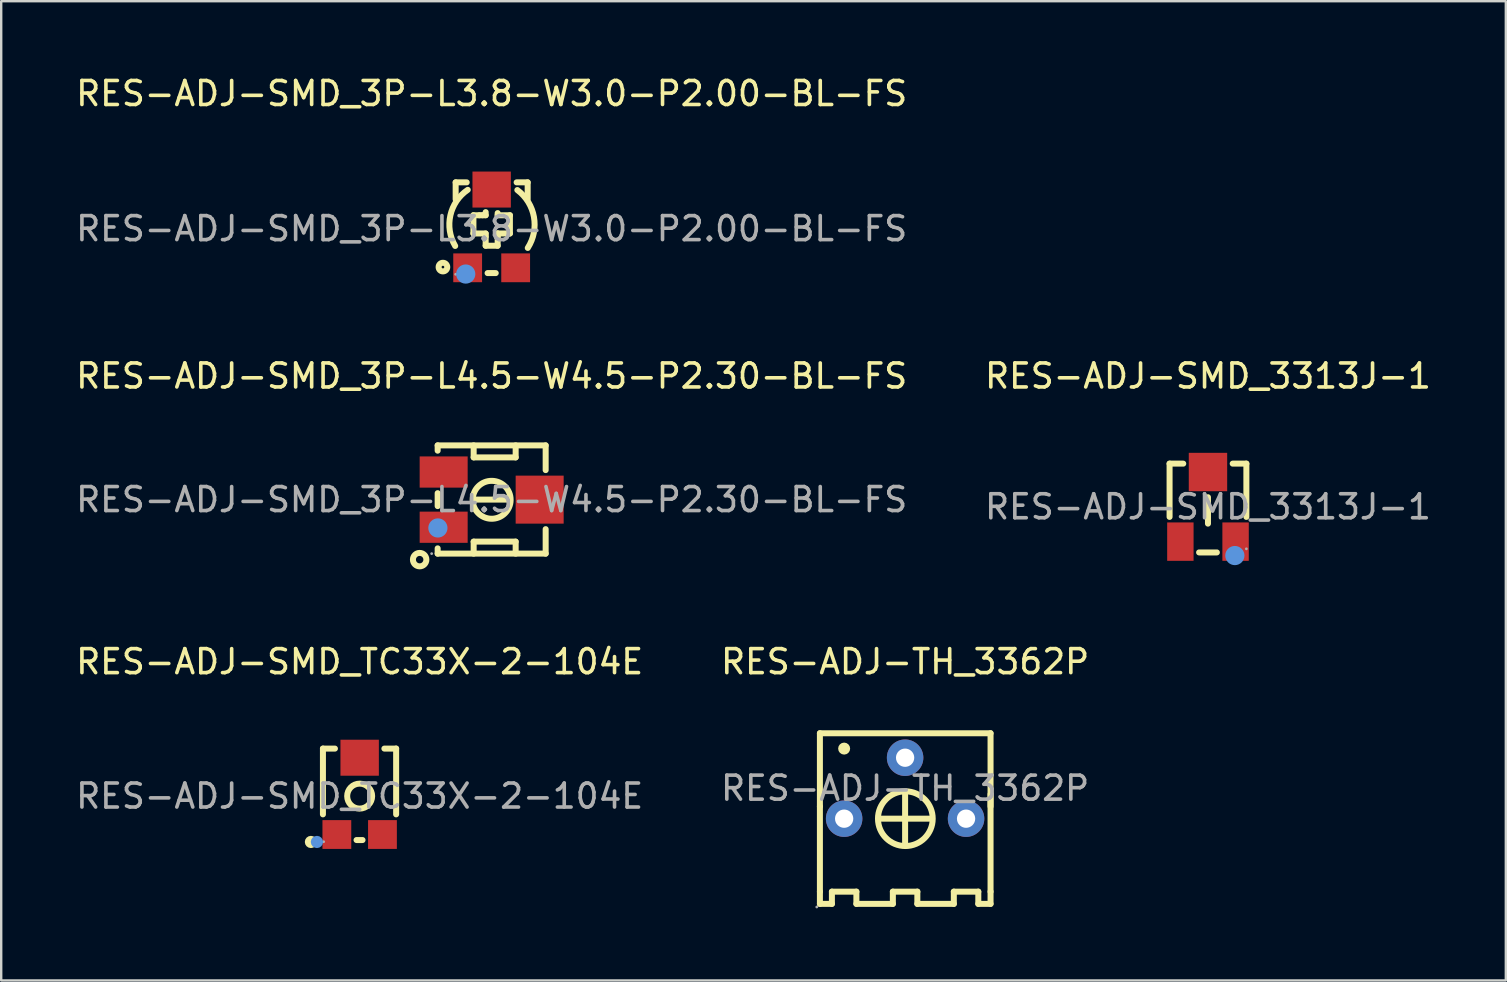
<source format=kicad_pcb>
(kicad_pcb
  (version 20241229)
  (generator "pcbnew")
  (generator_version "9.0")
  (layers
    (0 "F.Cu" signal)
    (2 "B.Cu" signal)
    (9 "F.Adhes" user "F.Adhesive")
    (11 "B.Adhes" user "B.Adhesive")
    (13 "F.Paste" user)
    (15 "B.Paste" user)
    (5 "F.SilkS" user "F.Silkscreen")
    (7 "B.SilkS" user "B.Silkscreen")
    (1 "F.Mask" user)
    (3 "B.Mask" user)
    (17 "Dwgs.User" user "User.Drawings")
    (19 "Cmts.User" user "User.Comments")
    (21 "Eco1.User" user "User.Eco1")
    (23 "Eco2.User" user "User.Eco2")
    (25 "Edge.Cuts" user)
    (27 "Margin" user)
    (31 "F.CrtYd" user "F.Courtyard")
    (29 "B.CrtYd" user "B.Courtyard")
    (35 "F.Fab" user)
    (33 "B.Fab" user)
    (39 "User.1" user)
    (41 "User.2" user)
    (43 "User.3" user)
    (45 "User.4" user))
  (footprint "RES-ADJ-SMD_3P-L4.5-W4.5-P2.30-BL-FS"
    (layer "F.Cu")
    (at 17.435 17.767)
    (property "Reference" "RES-ADJ-SMD_3P-L4.5-W4.5-P2.30-BL-FS" (at 0 -5.15 0) (layer "F.SilkS") (effects (font (size 1 1) (thickness 0.15))))
    (attr smd)
    (fp_line (start -2.25 -2.26) (end -2.25 -2.04) (stroke (width 0.25) (type solid)) (layer "F.SilkS"))
    (fp_line (start -2.25 -2.26) (end 2.25 -2.26) (stroke (width 0.25) (type solid)) (layer "F.SilkS"))
    (fp_line (start -2.25 -0.27) (end -2.25 0.27) (stroke (width 0.25) (type solid)) (layer "F.SilkS"))
    (fp_line (start -2.25 2.03) (end -2.25 2.25) (stroke (width 0.25) (type solid)) (layer "F.SilkS"))
    (fp_line (start -2.25 2.25) (end 2.25 2.25) (stroke (width 0.25) (type solid)) (layer "F.SilkS"))
    (fp_line (start -0.75 -1.76) (end -0.75 -2.26) (stroke (width 0.25) (type solid)) (layer "F.SilkS"))
    (fp_line (start -0.75 0) (end 0.75 0) (stroke (width 0.25) (type solid)) (layer "F.SilkS"))
    (fp_line (start -0.75 1.75) (end 1 1.75) (stroke (width 0.25) (type solid)) (layer "F.SilkS"))
    (fp_line (start -0.75 2.25) (end -0.75 1.75) (stroke (width 0.25) (type solid)) (layer "F.SilkS"))
    (fp_line (start 1 -2.26) (end 1 -1.76) (stroke (width 0.25) (type solid)) (layer "F.SilkS"))
    (fp_line (start 1 -1.76) (end -0.75 -1.76) (stroke (width 0.25) (type solid)) (layer "F.SilkS"))
    (fp_line (start 1 1.75) (end 1 2.25) (stroke (width 0.25) (type solid)) (layer "F.SilkS"))
    (fp_line (start 2.25 -1.23) (end 2.25 -2.26) (stroke (width 0.25) (type solid)) (layer "F.SilkS"))
    (fp_line (start 2.25 2.25) (end 2.25 1.23) (stroke (width 0.25) (type solid)) (layer "F.SilkS"))
    (fp_arc (start 0.79 0.02) (mid -0.790048 0.005033) (end 0.790063 0.009934) (stroke (width 0.25) (type solid)) (layer "F.SilkS"))
    (fp_circle (center -3 2.5) (end -2.72 2.5) (stroke (width 0.25) (type solid)) (fill no) (layer "F.SilkS"))
    (fp_circle (center -2.24 1.18) (end -2.04 1.18) (stroke (width 0.4) (type solid)) (fill no) (layer "Cmts.User"))
    (fp_circle (center -2.5 2.25) (end -2.47 2.25) (stroke (width 0.06) (type solid)) (fill no) (layer "F.Fab"))
    (fp_text user "${REFERENCE}" (at 0 0 0) (layer "F.Fab") (effects (font (size 1 1) (thickness 0.15))))
    (pad "1" smd rect (at -2 1.15) (size 2 1.3) (layers "F.Cu" "F.Mask" "F.Paste"))
    (pad "2" smd rect (at 2 0 270) (size 2 2) (layers "F.Cu" "F.Mask" "F.Paste"))
    (pad "3" smd rect (at -2 -1.15) (size 2 1.3) (layers "F.Cu" "F.Mask" "F.Paste")))
  (footprint "RES-ADJ-TH_3362P"
    (layer "F.Cu")
    (at 34.661 29.79)
    (property "Reference" "RES-ADJ-TH_3362P" (at 0 -5.27 0) (layer "F.SilkS") (effects (font (size 1 1) (thickness 0.15))))
    (attr through_hole)
    (fp_line (start -3.55 -2.29) (end 3.56 -2.29) (stroke (width 0.25) (type solid)) (layer "F.SilkS"))
    (fp_line (start -3.55 0.76) (end -3.55 -2.29) (stroke (width 0.25) (type solid)) (layer "F.SilkS"))
    (fp_line (start -3.55 4.31) (end -3.55 0.76) (stroke (width 0.25) (type solid)) (layer "F.SilkS"))
    (fp_line (start -3.55 4.82) (end -3.55 4.31) (stroke (width 0.25) (type solid)) (layer "F.SilkS"))
    (fp_line (start -3.05 4.31) (end -3.05 4.82) (stroke (width 0.25) (type solid)) (layer "F.SilkS"))
    (fp_line (start -3.05 4.82) (end -3.55 4.82) (stroke (width 0.25) (type solid)) (layer "F.SilkS"))
    (fp_line (start -2.03 4.31) (end -3.05 4.31) (stroke (width 0.25) (type solid)) (layer "F.SilkS"))
    (fp_line (start -2.03 4.82) (end -2.03 4.31) (stroke (width 0.25) (type solid)) (layer "F.SilkS"))
    (fp_line (start -0.51 4.31) (end -0.51 4.82) (stroke (width 0.25) (type solid)) (layer "F.SilkS"))
    (fp_line (start -0.51 4.82) (end -2.03 4.82) (stroke (width 0.25) (type solid)) (layer "F.SilkS"))
    (fp_line (start 0 2.28) (end 0 0.25) (stroke (width 0.25) (type solid)) (layer "F.SilkS"))
    (fp_line (start 0.51 4.31) (end -0.51 4.31) (stroke (width 0.25) (type solid)) (layer "F.SilkS"))
    (fp_line (start 0.51 4.82) (end 0.51 4.31) (stroke (width 0.25) (type solid)) (layer "F.SilkS"))
    (fp_line (start 1.02 1.27) (end -1.02 1.27) (stroke (width 0.25) (type solid)) (layer "F.SilkS"))
    (fp_line (start 2.03 4.31) (end 2.03 4.82) (stroke (width 0.25) (type solid)) (layer "F.SilkS"))
    (fp_line (start 2.03 4.82) (end 0.51 4.82) (stroke (width 0.25) (type solid)) (layer "F.SilkS"))
    (fp_line (start 3.05 4.31) (end 2.03 4.31) (stroke (width 0.25) (type solid)) (layer "F.SilkS"))
    (fp_line (start 3.05 4.82) (end 3.05 4.31) (stroke (width 0.25) (type solid)) (layer "F.SilkS"))
    (fp_line (start 3.56 -2.29) (end 3.56 0.76) (stroke (width 0.25) (type solid)) (layer "F.SilkS"))
    (fp_line (start 3.56 0.25) (end 3.56 4.31) (stroke (width 0.25) (type solid)) (layer "F.SilkS"))
    (fp_line (start 3.56 4.31) (end 3.56 4.82) (stroke (width 0.25) (type solid)) (layer "F.SilkS"))
    (fp_line (start 3.56 4.82) (end 3.05 4.82) (stroke (width 0.25) (type solid)) (layer "F.SilkS"))
    (fp_arc (start -2.54 -1.65) (mid -2.54 -1.65) (end -2.54 -1.65) (stroke (width 0.25) (type solid)) (layer "F.SilkS"))
    (fp_arc (start 0.02 0.13) (mid 0.010048 2.410044) (end -0.000096 0.130001) (stroke (width 0.25) (type solid)) (layer "F.SilkS"))
    (fp_circle (center -3.68 4.95) (end -3.65 4.95) (stroke (width 0.06) (type solid)) (fill no) (layer "F.Fab"))
    (fp_circle (center -2.54 1.27) (end -2.4 1.27) (stroke (width 0.28) (type solid)) (fill no) (layer "F.Fab"))
    (fp_circle (center 0 -1.27) (end 0.14 -1.27) (stroke (width 0.28) (type solid)) (fill no) (layer "F.Fab"))
    (fp_circle (center 2.54 1.27) (end 2.68 1.27) (stroke (width 0.28) (type solid)) (fill no) (layer "F.Fab"))
    (fp_text user "${REFERENCE}" (at 0 0 0) (layer "F.Fab") (effects (font (size 1 1) (thickness 0.15))))
    (pad "1" thru_hole circle (at -2.54 1.27) (size 1.52 1.52) (drill 0.762) (layers "*.Cu" "*.Mask"))
    (pad "2" thru_hole circle (at 0 -1.27) (size 1.52 1.52) (drill 0.762) (layers "*.Cu" "*.Mask"))
    (pad "3" thru_hole circle (at 2.54 1.27) (size 1.52 1.52) (drill 0.762) (layers "*.Cu" "*.Mask")))
  (footprint "RES-ADJ-SMD_TC33X-2-104E"
    (layer "F.Cu")
    (at 11.935 30.12)
    (property "Reference" "RES-ADJ-SMD_TC33X-2-104E" (at 0 -5.6 0) (layer "F.SilkS") (effects (font (size 1 1) (thickness 0.15))))
    (attr smd)
    (fp_line (start -1.53 -1.98) (end -1.53 0.76) (stroke (width 0.25) (type solid)) (layer "F.SilkS"))
    (fp_line (start -1.53 -1.98) (end -1.03 -1.98) (stroke (width 0.25) (type solid)) (layer "F.SilkS"))
    (fp_line (start -0.13 1.83) (end 0.12 1.83) (stroke (width 0.25) (type solid)) (layer "F.SilkS"))
    (fp_line (start 1.03 -1.98) (end 1.52 -1.98) (stroke (width 0.25) (type solid)) (layer "F.SilkS"))
    (fp_line (start 1.52 -1.98) (end 1.52 0.76) (stroke (width 0.25) (type solid)) (layer "F.SilkS"))
    (fp_circle (center -2.03 1.91) (end -1.9 1.91) (stroke (width 0.25) (type solid)) (fill no) (layer "F.SilkS"))
    (fp_circle (center 0 0) (end 0.52 0) (stroke (width 0.25) (type solid)) (fill no) (layer "F.SilkS"))
    (fp_circle (center -1.78 1.91) (end -1.65 1.91) (stroke (width 0.25) (type solid)) (fill no) (layer "Cmts.User"))
    (fp_circle (center -1.5 1.9) (end -1.47 1.9) (stroke (width 0.06) (type solid)) (fill no) (layer "F.Fab"))
    (fp_text user "${REFERENCE}" (at 0 0 0) (layer "F.Fab") (effects (font (size 1 1) (thickness 0.15))))
    (pad "1" smd rect (at -0.95 1.6) (size 1.2 1.2) (layers "F.Cu" "F.Mask" "F.Paste"))
    (pad "2" smd rect (at 0 -1.6) (size 1.6 1.5) (layers "F.Cu" "F.Mask" "F.Paste"))
    (pad "3" smd rect (at 0.95 1.6) (size 1.2 1.2) (layers "F.Cu" "F.Mask" "F.Paste")))
  (footprint "RES-ADJ-SMD_3P-L3.8-W3.0-P2.00-BL-FS"
    (layer "F.Cu")
    (at 17.435 6.478)
    (property "Reference" "RES-ADJ-SMD_3P-L3.8-W3.0-P2.00-BL-FS" (at 0 -5.63 0) (layer "F.SilkS") (effects (font (size 1 1) (thickness 0.15))))
    (attr smd)
    (fp_line (start -1.5 -1.93) (end -1.5 -1.22) (stroke (width 0.25) (type solid)) (layer "F.SilkS"))
    (fp_line (start -1.5 -1.93) (end -1.04 -1.93) (stroke (width 0.25) (type solid)) (layer "F.SilkS"))
    (fp_line (start -0.76 -0.56) (end -0.51 -0.56) (stroke (width 0.25) (type solid)) (layer "F.SilkS"))
    (fp_line (start -0.76 0.2) (end -0.76 -0.56) (stroke (width 0.25) (type solid)) (layer "F.SilkS"))
    (fp_line (start -0.51 -0.56) (end -0.38 -0.56) (stroke (width 0.25) (type solid)) (layer "F.SilkS"))
    (fp_line (start -0.38 -0.56) (end -0.25 -0.56) (stroke (width 0.25) (type solid)) (layer "F.SilkS"))
    (fp_line (start -0.25 -0.56) (end -0.25 -0.69) (stroke (width 0.25) (type solid)) (layer "F.SilkS"))
    (fp_line (start -0.25 0.2) (end -0.76 0.2) (stroke (width 0.25) (type solid)) (layer "F.SilkS"))
    (fp_line (start -0.25 0.33) (end -0.25 0.2) (stroke (width 0.25) (type solid)) (layer "F.SilkS"))
    (fp_line (start -0.25 0.33) (end -0.25 0.71) (stroke (width 0.25) (type solid)) (layer "F.SilkS"))
    (fp_line (start -0.25 0.71) (end 0.25 0.71) (stroke (width 0.25) (type solid)) (layer "F.SilkS"))
    (fp_line (start -0.17 1.85) (end 0.17 1.85) (stroke (width 0.25) (type solid)) (layer "F.SilkS"))
    (fp_line (start 0.25 -0.56) (end 0.25 -0.65) (stroke (width 0.25) (type solid)) (layer "F.SilkS"))
    (fp_line (start 0.25 0.2) (end 0.25 0.2) (stroke (width 0.25) (type solid)) (layer "F.SilkS"))
    (fp_line (start 0.25 0.2) (end 0.76 0.2) (stroke (width 0.25) (type solid)) (layer "F.SilkS"))
    (fp_line (start 0.25 0.33) (end 0.25 0.2) (stroke (width 0.25) (type solid)) (layer "F.SilkS"))
    (fp_line (start 0.25 0.71) (end 0.25 0.33) (stroke (width 0.25) (type solid)) (layer "F.SilkS"))
    (fp_line (start 0.76 -0.56) (end 0.25 -0.56) (stroke (width 0.25) (type solid)) (layer "F.SilkS"))
    (fp_line (start 0.76 0.2) (end 0.76 -0.56) (stroke (width 0.25) (type solid)) (layer "F.SilkS"))
    (fp_line (start 1.04 -1.93) (end 1.5 -1.93) (stroke (width 0.25) (type solid)) (layer "F.SilkS"))
    (fp_line (start 1.5 -1.93) (end 1.5 -1.24) (stroke (width 0.25) (type solid)) (layer "F.SilkS"))
    (fp_arc (start -1.52 0.72) (mid -1.720392 -0.553093) (end -0.996095 -1.619075) (stroke (width 0.25) (type solid)) (layer "F.SilkS"))
    (fp_arc (start 1.07 -1.61) (mid 1.761524 -0.48891) (end 1.504382 0.802959) (stroke (width 0.25) (type solid)) (layer "F.SilkS"))
    (fp_circle (center -2.03 1.6) (end -1.85 1.6) (stroke (width 0.25) (type solid)) (fill no) (layer "F.SilkS"))
    (fp_circle (center -1.08 1.89) (end -0.88 1.89) (stroke (width 0.4) (type solid)) (fill no) (layer "Cmts.User"))
    (fp_circle (center -1.5 1.9) (end -1.47 1.9) (stroke (width 0.06) (type solid)) (fill no) (layer "F.Fab"))
    (fp_text user "${REFERENCE}" (at 0 0 0) (layer "F.Fab") (effects (font (size 1 1) (thickness 0.15))))
    (pad "1" smd rect (at -1 1.63) (size 1.2 1.2) (layers "F.Cu" "F.Mask" "F.Paste"))
    (pad "2" smd rect (at 0 -1.63) (size 1.6 1.5) (layers "F.Cu" "F.Mask" "F.Paste"))
    (pad "3" smd rect (at 1 1.63) (size 1.2 1.2) (layers "F.Cu" "F.Mask" "F.Paste")))
  (footprint "RES-ADJ-SMD_3313J-1"
    (layer "F.Cu")
    (at 47.28 18.067)
    (property "Reference" "RES-ADJ-SMD_3313J-1" (at 0 -5.45 0) (layer "F.SilkS") (effects (font (size 1 1) (thickness 0.15))))
    (attr smd)
    (fp_line (start -1.6 -1.8) (end -1.6 0.42) (stroke (width 0.25) (type solid)) (layer "F.SilkS"))
    (fp_line (start -1.6 -1.8) (end -1.03 -1.8) (stroke (width 0.25) (type solid)) (layer "F.SilkS"))
    (fp_line (start -0.37 1.9) (end 0.37 1.9) (stroke (width 0.25) (type solid)) (layer "F.SilkS"))
    (fp_line (start 0 -0.4) (end 0 0.7) (stroke (width 0.25) (type solid)) (layer "F.SilkS"))
    (fp_line (start 1.03 -1.8) (end 1.6 -1.8) (stroke (width 0.25) (type solid)) (layer "F.SilkS"))
    (fp_line (start 1.6 -1.8) (end 1.6 0.42) (stroke (width 0.25) (type solid)) (layer "F.SilkS"))
    (fp_arc (start 1.02 2.03) (mid 1.12 1.93) (end 1.22 2.03) (stroke (width 0.25) (type solid)) (layer "Cmts.User"))
    (fp_arc (start 1.22 2.03) (mid 1.12 2.13) (end 1.02 2.03) (stroke (width 0.25) (type solid)) (layer "Cmts.User"))
    (fp_circle (center 1.12 2.03) (end 1.32 2.03) (stroke (width 0.4) (type solid)) (fill no) (layer "Cmts.User"))
    (fp_circle (center 1.6 1.75) (end 1.63 1.75) (stroke (width 0.06) (type solid)) (fill no) (layer "F.Fab"))
    (fp_text user "${REFERENCE}" (at 0 0 0) (layer "F.Fab") (effects (font (size 1 1) (thickness 0.15))))
    (pad "1" smd rect (at 1.15 1.45) (size 1.1 1.6) (layers "F.Cu" "F.Mask" "F.Paste"))
    (pad "2" smd rect (at 0 -1.45) (size 1.6 1.6) (layers "F.Cu" "F.Mask" "F.Paste"))
    (pad "3" smd rect (at -1.15 1.45) (size 1.1 1.6) (layers "F.Cu" "F.Mask" "F.Paste")))
  (gr_rect
    (start -3 -3)
    (end 59.69 37.8)
    (stroke (width 0.1) (type default))
    (fill no)
    (layer "Edge.Cuts")))
</source>
